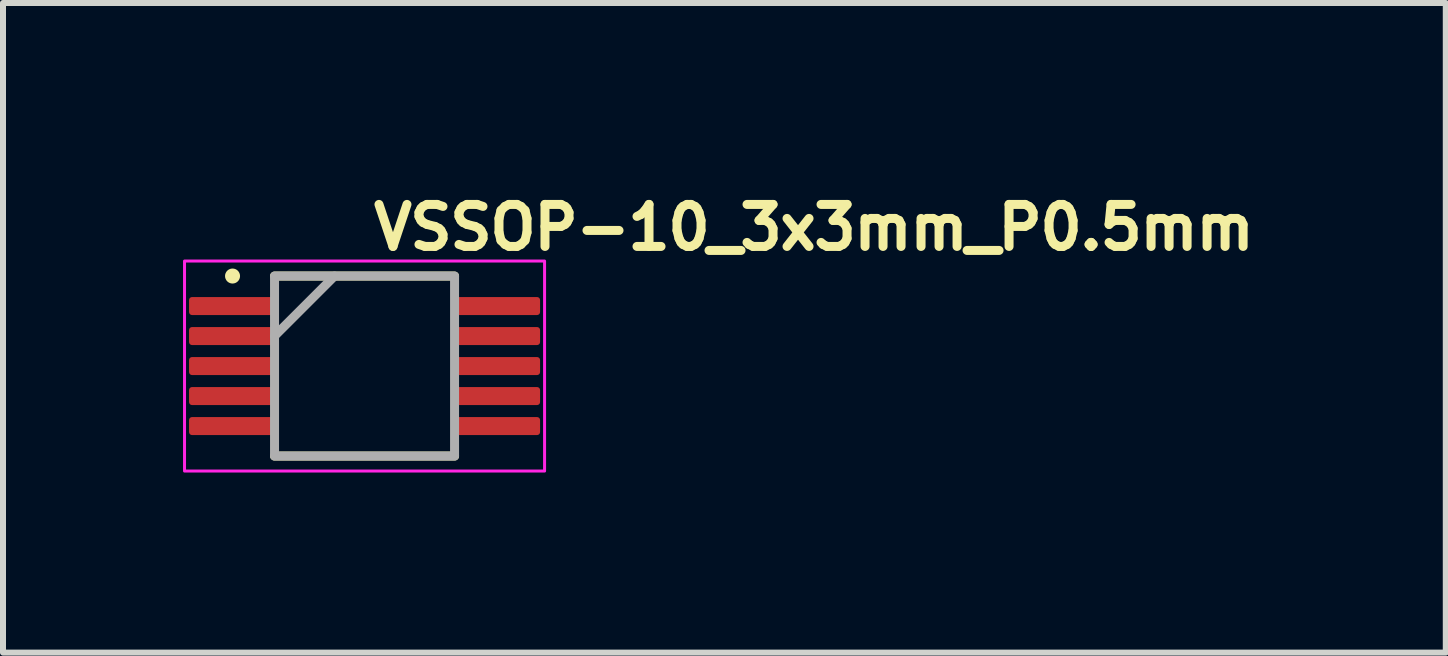
<source format=kicad_pcb>
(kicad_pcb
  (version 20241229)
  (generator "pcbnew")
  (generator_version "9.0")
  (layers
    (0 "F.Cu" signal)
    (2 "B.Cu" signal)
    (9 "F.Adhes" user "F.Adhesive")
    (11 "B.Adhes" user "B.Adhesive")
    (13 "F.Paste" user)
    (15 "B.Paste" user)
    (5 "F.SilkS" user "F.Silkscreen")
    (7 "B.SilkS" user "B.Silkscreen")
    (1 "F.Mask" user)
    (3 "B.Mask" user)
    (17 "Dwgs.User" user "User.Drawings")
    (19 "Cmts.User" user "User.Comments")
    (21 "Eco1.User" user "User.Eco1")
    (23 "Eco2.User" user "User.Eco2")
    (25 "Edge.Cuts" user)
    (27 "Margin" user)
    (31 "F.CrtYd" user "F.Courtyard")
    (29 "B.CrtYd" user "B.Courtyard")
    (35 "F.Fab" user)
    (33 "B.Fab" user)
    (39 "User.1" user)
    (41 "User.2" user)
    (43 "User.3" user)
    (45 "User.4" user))
  (footprint "VSSOP-10_3x3mm_P0.5mm"
    (layer "F.Cu")
    (at 3.025 3.05)
    (property "Reference" "VSSOP-10_3x3mm_P0.5mm" (at 0.075 -1.9 0) (layer "F.SilkS") (effects (font (size 0.7 0.7) (thickness 0.15)) (justify left bottom)))
    (attr smd)
    (fp_line (start -1.5 -1.5) (end 1.5 -1.5) (stroke (width 0.15) (type solid)) (layer "F.SilkS"))
    (fp_line (start -1.5 1.5) (end 1.5 1.5) (stroke (width 0.15) (type solid)) (layer "F.SilkS"))
    (fp_circle (center -2.2 -1.5) (end -2.15 -1.5) (stroke (width 0.15) (type solid)) (fill yes) (layer "F.SilkS"))
    (fp_rect (start -3 -1.75) (end 3 1.75) (stroke (width 0.05) (type solid)) (fill no) (layer "F.CrtYd"))
    (fp_line (start -1.5 -0.5) (end -0.5 -1.5) (stroke (width 0.15) (type solid)) (layer "F.Fab"))
    (fp_rect (start -1.5 -1.5) (end 1.5 1.5) (stroke (width 0.15) (type solid)) (fill no) (layer "F.Fab"))
    (fp_rect (start -2.45 -1.5) (end 2.45 1.5) (stroke (width 0.1) (type solid)) (fill no) (layer "User.5"))
    (fp_line (start -2.45 -0.89) (end -2.45 -1.11) (stroke (width 0.02) (type solid)) (layer "User.9"))
    (fp_line (start -2.45 -0.39) (end -2.45 -0.61) (stroke (width 0.02) (type solid)) (layer "User.9"))
    (fp_line (start -2.45 0.11) (end -2.45 -0.11) (stroke (width 0.02) (type solid)) (layer "User.9"))
    (fp_line (start -2.45 0.61) (end -2.45 0.39) (stroke (width 0.02) (type solid)) (layer "User.9"))
    (fp_line (start -2.45 1.11) (end -2.45 0.89) (stroke (width 0.02) (type solid)) (layer "User.9"))
    (fp_line (start -2.168 -1.11) (end -2.45 -1.11) (stroke (width 0.02) (type solid)) (layer "User.9"))
    (fp_line (start -2.168 -0.89) (end -2.45 -0.89) (stroke (width 0.02) (type solid)) (layer "User.9"))
    (fp_line (start -2.168 -0.61) (end -2.45 -0.61) (stroke (width 0.02) (type solid)) (layer "User.9"))
    (fp_line (start -2.168 -0.39) (end -2.45 -0.39) (stroke (width 0.02) (type solid)) (layer "User.9"))
    (fp_line (start -2.168 -0.11) (end -2.45 -0.11) (stroke (width 0.02) (type solid)) (layer "User.9"))
    (fp_line (start -2.168 0.11) (end -2.45 0.11) (stroke (width 0.02) (type solid)) (layer "User.9"))
    (fp_line (start -2.168 0.39) (end -2.45 0.39) (stroke (width 0.02) (type solid)) (layer "User.9"))
    (fp_line (start -2.168 0.61) (end -2.45 0.61) (stroke (width 0.02) (type solid)) (layer "User.9"))
    (fp_line (start -2.168 0.89) (end -2.45 0.89) (stroke (width 0.02) (type solid)) (layer "User.9"))
    (fp_line (start -2.168 1.11) (end -2.45 1.11) (stroke (width 0.02) (type solid)) (layer "User.9"))
    (fp_line (start -2.077 -1.11) (end -2.168 -1.11) (stroke (width 0.02) (type solid)) (layer "User.9"))
    (fp_line (start -2.077 -0.89) (end -2.168 -0.89) (stroke (width 0.02) (type solid)) (layer "User.9"))
    (fp_line (start -2.077 -0.61) (end -2.168 -0.61) (stroke (width 0.02) (type solid)) (layer "User.9"))
    (fp_line (start -2.077 -0.39) (end -2.168 -0.39) (stroke (width 0.02) (type solid)) (layer "User.9"))
    (fp_line (start -2.077 -0.11) (end -2.168 -0.11) (stroke (width 0.02) (type solid)) (layer "User.9"))
    (fp_line (start -2.077 0.11) (end -2.168 0.11) (stroke (width 0.02) (type solid)) (layer "User.9"))
    (fp_line (start -2.077 0.39) (end -2.168 0.39) (stroke (width 0.02) (type solid)) (layer "User.9"))
    (fp_line (start -2.077 0.61) (end -2.168 0.61) (stroke (width 0.02) (type solid)) (layer "User.9"))
    (fp_line (start -2.077 0.89) (end -2.168 0.89) (stroke (width 0.02) (type solid)) (layer "User.9"))
    (fp_line (start -2.077 1.11) (end -2.168 1.11) (stroke (width 0.02) (type solid)) (layer "User.9"))
    (fp_line (start -2.042 -1.11) (end -2.077 -1.11) (stroke (width 0.02) (type solid)) (layer "User.9"))
    (fp_line (start -2.042 -0.89) (end -2.077 -0.89) (stroke (width 0.02) (type solid)) (layer "User.9"))
    (fp_line (start -2.042 -0.61) (end -2.077 -0.61) (stroke (width 0.02) (type solid)) (layer "User.9"))
    (fp_line (start -2.042 -0.39) (end -2.077 -0.39) (stroke (width 0.02) (type solid)) (layer "User.9"))
    (fp_line (start -2.042 -0.11) (end -2.077 -0.11) (stroke (width 0.02) (type solid)) (layer "User.9"))
    (fp_line (start -2.042 0.11) (end -2.077 0.11) (stroke (width 0.02) (type solid)) (layer "User.9"))
    (fp_line (start -2.042 0.39) (end -2.077 0.39) (stroke (width 0.02) (type solid)) (layer "User.9"))
    (fp_line (start -2.042 0.61) (end -2.077 0.61) (stroke (width 0.02) (type solid)) (layer "User.9"))
    (fp_line (start -2.042 0.89) (end -2.077 0.89) (stroke (width 0.02) (type solid)) (layer "User.9"))
    (fp_line (start -2.042 1.11) (end -2.077 1.11) (stroke (width 0.02) (type solid)) (layer "User.9"))
    (fp_line (start -1.766 -1.11) (end -2.042 -1.11) (stroke (width 0.02) (type solid)) (layer "User.9"))
    (fp_line (start -1.766 -0.89) (end -2.042 -0.89) (stroke (width 0.02) (type solid)) (layer "User.9"))
    (fp_line (start -1.766 -0.61) (end -2.042 -0.61) (stroke (width 0.02) (type solid)) (layer "User.9"))
    (fp_line (start -1.766 -0.39) (end -2.042 -0.39) (stroke (width 0.02) (type solid)) (layer "User.9"))
    (fp_line (start -1.766 -0.11) (end -2.042 -0.11) (stroke (width 0.02) (type solid)) (layer "User.9"))
    (fp_line (start -1.766 0.11) (end -2.042 0.11) (stroke (width 0.02) (type solid)) (layer "User.9"))
    (fp_line (start -1.766 0.39) (end -2.042 0.39) (stroke (width 0.02) (type solid)) (layer "User.9"))
    (fp_line (start -1.766 0.61) (end -2.042 0.61) (stroke (width 0.02) (type solid)) (layer "User.9"))
    (fp_line (start -1.766 0.89) (end -2.042 0.89) (stroke (width 0.02) (type solid)) (layer "User.9"))
    (fp_line (start -1.766 1.11) (end -2.042 1.11) (stroke (width 0.02) (type solid)) (layer "User.9"))
    (fp_line (start -1.5 -1.358) (end -1.499 -1.365) (stroke (width 0.02) (type solid)) (layer "User.9"))
    (fp_line (start -1.5 -1.351) (end -1.5 -1.358) (stroke (width 0.02) (type solid)) (layer "User.9"))
    (fp_line (start -1.5 -1.351) (end -1.5 -1.35) (stroke (width 0.02) (type solid)) (layer "User.9"))
    (fp_line (start -1.5 -1.35) (end -1.5 1.35) (stroke (width 0.02) (type solid)) (layer "User.9"))
    (fp_line (start -1.5 -1.11) (end -1.766 -1.11) (stroke (width 0.02) (type solid)) (layer "User.9"))
    (fp_line (start -1.5 -0.89) (end -1.766 -0.89) (stroke (width 0.02) (type solid)) (layer "User.9"))
    (fp_line (start -1.5 -0.89) (end -1.5 -1.11) (stroke (width 0.02) (type solid)) (layer "User.9"))
    (fp_line (start -1.5 -0.61) (end -1.766 -0.61) (stroke (width 0.02) (type solid)) (layer "User.9"))
    (fp_line (start -1.5 -0.39) (end -1.766 -0.39) (stroke (width 0.02) (type solid)) (layer "User.9"))
    (fp_line (start -1.5 -0.39) (end -1.5 -0.61) (stroke (width 0.02) (type solid)) (layer "User.9"))
    (fp_line (start -1.5 -0.11) (end -1.766 -0.11) (stroke (width 0.02) (type solid)) (layer "User.9"))
    (fp_line (start -1.5 0.11) (end -1.766 0.11) (stroke (width 0.02) (type solid)) (layer "User.9"))
    (fp_line (start -1.5 0.11) (end -1.5 -0.11) (stroke (width 0.02) (type solid)) (layer "User.9"))
    (fp_line (start -1.5 0.39) (end -1.766 0.39) (stroke (width 0.02) (type solid)) (layer "User.9"))
    (fp_line (start -1.5 0.61) (end -1.766 0.61) (stroke (width 0.02) (type solid)) (layer "User.9"))
    (fp_line (start -1.5 0.61) (end -1.5 0.39) (stroke (width 0.02) (type solid)) (layer "User.9"))
    (fp_line (start -1.5 0.89) (end -1.766 0.89) (stroke (width 0.02) (type solid)) (layer "User.9"))
    (fp_line (start -1.5 1.11) (end -1.766 1.11) (stroke (width 0.02) (type solid)) (layer "User.9"))
    (fp_line (start -1.5 1.11) (end -1.5 0.89) (stroke (width 0.02) (type solid)) (layer "User.9"))
    (fp_line (start -1.5 1.35) (end -1.5 1.351) (stroke (width 0.02) (type solid)) (layer "User.9"))
    (fp_line (start -1.5 1.358) (end -1.5 1.351) (stroke (width 0.02) (type solid)) (layer "User.9"))
    (fp_line (start -1.499 -1.372) (end -1.497 -1.379) (stroke (width 0.02) (type solid)) (layer "User.9"))
    (fp_line (start -1.499 -1.365) (end -1.499 -1.372) (stroke (width 0.02) (type solid)) (layer "User.9"))
    (fp_line (start -1.499 1.365) (end -1.5 1.358) (stroke (width 0.02) (type solid)) (layer "User.9"))
    (fp_line (start -1.499 1.372) (end -1.499 1.365) (stroke (width 0.02) (type solid)) (layer "User.9"))
    (fp_line (start -1.497 -1.379) (end -1.496 -1.385) (stroke (width 0.02) (type solid)) (layer "User.9"))
    (fp_line (start -1.497 1.379) (end -1.499 1.372) (stroke (width 0.02) (type solid)) (layer "User.9"))
    (fp_line (start -1.496 -1.385) (end -1.494 -1.392) (stroke (width 0.02) (type solid)) (layer "User.9"))
    (fp_line (start -1.496 1.385) (end -1.497 1.379) (stroke (width 0.02) (type solid)) (layer "User.9"))
    (fp_line (start -1.494 -1.392) (end -1.492 -1.399) (stroke (width 0.02) (type solid)) (layer "User.9"))
    (fp_line (start -1.494 1.392) (end -1.496 1.385) (stroke (width 0.02) (type solid)) (layer "User.9"))
    (fp_line (start -1.492 -1.399) (end -1.489 -1.406) (stroke (width 0.02) (type solid)) (layer "User.9"))
    (fp_line (start -1.492 1.399) (end -1.494 1.392) (stroke (width 0.02) (type solid)) (layer "User.9"))
    (fp_line (start -1.489 -1.406) (end -1.486 -1.412) (stroke (width 0.02) (type solid)) (layer "User.9"))
    (fp_line (start -1.489 1.406) (end -1.492 1.399) (stroke (width 0.02) (type solid)) (layer "User.9"))
    (fp_line (start -1.486 -1.412) (end -1.483 -1.419) (stroke (width 0.02) (type solid)) (layer "User.9"))
    (fp_line (start -1.486 1.412) (end -1.489 1.406) (stroke (width 0.02) (type solid)) (layer "User.9"))
    (fp_line (start -1.483 -1.419) (end -1.479 -1.425) (stroke (width 0.02) (type solid)) (layer "User.9"))
    (fp_line (start -1.483 1.419) (end -1.486 1.412) (stroke (width 0.02) (type solid)) (layer "User.9"))
    (fp_line (start -1.479 -1.425) (end -1.475 -1.431) (stroke (width 0.02) (type solid)) (layer "User.9"))
    (fp_line (start -1.479 1.425) (end -1.483 1.419) (stroke (width 0.02) (type solid)) (layer "User.9"))
    (fp_line (start -1.475 -1.431) (end -1.471 -1.438) (stroke (width 0.02) (type solid)) (layer "User.9"))
    (fp_line (start -1.475 1.431) (end -1.479 1.425) (stroke (width 0.02) (type solid)) (layer "User.9"))
    (fp_line (start -1.471 -1.438) (end -1.466 -1.444) (stroke (width 0.02) (type solid)) (layer "User.9"))
    (fp_line (start -1.471 1.438) (end -1.475 1.431) (stroke (width 0.02) (type solid)) (layer "User.9"))
    (fp_line (start -1.466 -1.444) (end -1.461 -1.45) (stroke (width 0.02) (type solid)) (layer "User.9"))
    (fp_line (start -1.466 1.444) (end -1.471 1.438) (stroke (width 0.02) (type solid)) (layer "User.9"))
    (fp_line (start -1.461 -1.45) (end -1.456 -1.456) (stroke (width 0.02) (type solid)) (layer "User.9"))
    (fp_line (start -1.461 1.45) (end -1.466 1.444) (stroke (width 0.02) (type solid)) (layer "User.9"))
    (fp_line (start -1.456 -1.456) (end -1.456 -1.456) (stroke (width 0.02) (type solid)) (layer "User.9"))
    (fp_line (start -1.456 -1.456) (end -1.45 -1.461) (stroke (width 0.02) (type solid)) (layer "User.9"))
    (fp_line (start -1.456 1.456) (end -1.461 1.45) (stroke (width 0.02) (type solid)) (layer "User.9"))
    (fp_line (start -1.456 1.456) (end -1.456 1.456) (stroke (width 0.02) (type solid)) (layer "User.9"))
    (fp_line (start -1.45 -1.461) (end -1.444 -1.466) (stroke (width 0.02) (type solid)) (layer "User.9"))
    (fp_line (start -1.45 1.461) (end -1.456 1.456) (stroke (width 0.02) (type solid)) (layer "User.9"))
    (fp_line (start -1.444 -1.466) (end -1.438 -1.471) (stroke (width 0.02) (type solid)) (layer "User.9"))
    (fp_line (start -1.444 1.466) (end -1.45 1.461) (stroke (width 0.02) (type solid)) (layer "User.9"))
    (fp_line (start -1.438 -1.471) (end -1.431 -1.475) (stroke (width 0.02) (type solid)) (layer "User.9"))
    (fp_line (start -1.438 1.471) (end -1.444 1.466) (stroke (width 0.02) (type solid)) (layer "User.9"))
    (fp_line (start -1.431 -1.475) (end -1.425 -1.479) (stroke (width 0.02) (type solid)) (layer "User.9"))
    (fp_line (start -1.431 1.475) (end -1.438 1.471) (stroke (width 0.02) (type solid)) (layer "User.9"))
    (fp_line (start -1.425 -1.479) (end -1.419 -1.483) (stroke (width 0.02) (type solid)) (layer "User.9"))
    (fp_line (start -1.425 1.479) (end -1.431 1.475) (stroke (width 0.02) (type solid)) (layer "User.9"))
    (fp_line (start -1.419 -1.483) (end -1.412 -1.486) (stroke (width 0.02) (type solid)) (layer "User.9"))
    (fp_line (start -1.419 1.483) (end -1.425 1.479) (stroke (width 0.02) (type solid)) (layer "User.9"))
    (fp_line (start -1.412 -1.486) (end -1.406 -1.489) (stroke (width 0.02) (type solid)) (layer "User.9"))
    (fp_line (start -1.412 1.486) (end -1.419 1.483) (stroke (width 0.02) (type solid)) (layer "User.9"))
    (fp_line (start -1.406 -1.489) (end -1.399 -1.492) (stroke (width 0.02) (type solid)) (layer "User.9"))
    (fp_line (start -1.406 1.489) (end -1.412 1.486) (stroke (width 0.02) (type solid)) (layer "User.9"))
    (fp_line (start -1.399 -1.492) (end -1.392 -1.494) (stroke (width 0.02) (type solid)) (layer "User.9"))
    (fp_line (start -1.399 1.492) (end -1.406 1.489) (stroke (width 0.02) (type solid)) (layer "User.9"))
    (fp_line (start -1.392 -1.494) (end -1.385 -1.496) (stroke (width 0.02) (type solid)) (layer "User.9"))
    (fp_line (start -1.392 1.494) (end -1.399 1.492) (stroke (width 0.02) (type solid)) (layer "User.9"))
    (fp_line (start -1.385 -1.496) (end -1.379 -1.497) (stroke (width 0.02) (type solid)) (layer "User.9"))
    (fp_line (start -1.385 1.496) (end -1.392 1.494) (stroke (width 0.02) (type solid)) (layer "User.9"))
    (fp_line (start -1.379 -1.497) (end -1.372 -1.499) (stroke (width 0.02) (type solid)) (layer "User.9"))
    (fp_line (start -1.379 1.497) (end -1.385 1.496) (stroke (width 0.02) (type solid)) (layer "User.9"))
    (fp_line (start -1.372 -1.499) (end -1.365 -1.499) (stroke (width 0.02) (type solid)) (layer "User.9"))
    (fp_line (start -1.372 1.499) (end -1.379 1.497) (stroke (width 0.02) (type solid)) (layer "User.9"))
    (fp_line (start -1.365 -1.499) (end -1.358 -1.5) (stroke (width 0.02) (type solid)) (layer "User.9"))
    (fp_line (start -1.365 1.499) (end -1.372 1.499) (stroke (width 0.02) (type solid)) (layer "User.9"))
    (fp_line (start -1.358 -1.5) (end -1.351 -1.5) (stroke (width 0.02) (type solid)) (layer "User.9"))
    (fp_line (start -1.358 1.5) (end -1.365 1.499) (stroke (width 0.02) (type solid)) (layer "User.9"))
    (fp_line (start -1.351 1.5) (end -1.358 1.5) (stroke (width 0.02) (type solid)) (layer "User.9"))
    (fp_line (start -1.351 1.5) (end -1.35 1.5) (stroke (width 0.02) (type solid)) (layer "User.9"))
    (fp_line (start -1.35 -1.5) (end -1.351 -1.5) (stroke (width 0.02) (type solid)) (layer "User.9"))
    (fp_line (start -1.35 1.5) (end 1.35 1.5) (stroke (width 0.02) (type solid)) (layer "User.9"))
    (fp_line (start -1.125 -1.008) (end -1.125 -1.004) (stroke (width 0.02) (type solid)) (layer "User.9"))
    (fp_line (start -1.125 -1.008) (end -1.125 -1.004) (stroke (width 0.02) (type solid)) (layer "User.9"))
    (fp_line (start -1.125 -1.004) (end -1.125 -1) (stroke (width 0.02) (type solid)) (layer "User.9"))
    (fp_line (start -1.125 -1.004) (end -1.125 -1) (stroke (width 0.02) (type solid)) (layer "User.9"))
    (fp_line (start -1.125 -1) (end -1.125 -0.992) (stroke (width 0.02) (type solid)) (layer "User.9"))
    (fp_line (start -1.125 -1) (end -1.125 -0.992) (stroke (width 0.02) (type solid)) (layer "User.9"))
    (fp_line (start -1.125 -0.992) (end -1.124 -0.983) (stroke (width 0.02) (type solid)) (layer "User.9"))
    (fp_line (start -1.125 -0.992) (end -1.124 -0.983) (stroke (width 0.02) (type solid)) (layer "User.9"))
    (fp_line (start -1.124 -1.017) (end -1.124 -1.012) (stroke (width 0.02) (type solid)) (layer "User.9"))
    (fp_line (start -1.124 -1.017) (end -1.124 -1.012) (stroke (width 0.02) (type solid)) (layer "User.9"))
    (fp_line (start -1.124 -1.012) (end -1.125 -1.008) (stroke (width 0.02) (type solid)) (layer "User.9"))
    (fp_line (start -1.124 -1.012) (end -1.125 -1.008) (stroke (width 0.02) (type solid)) (layer "User.9"))
    (fp_line (start -1.124 -0.983) (end -1.123 -0.975) (stroke (width 0.02) (type solid)) (layer "User.9"))
    (fp_line (start -1.124 -0.983) (end -1.123 -0.975) (stroke (width 0.02) (type solid)) (layer "User.9"))
    (fp_line (start -1.123 -1.025) (end -1.123 -1.021) (stroke (width 0.02) (type solid)) (layer "User.9"))
    (fp_line (start -1.123 -1.025) (end -1.123 -1.021) (stroke (width 0.02) (type solid)) (layer "User.9"))
    (fp_line (start -1.123 -1.021) (end -1.124 -1.017) (stroke (width 0.02) (type solid)) (layer "User.9"))
    (fp_line (start -1.123 -1.021) (end -1.124 -1.017) (stroke (width 0.02) (type solid)) (layer "User.9"))
    (fp_line (start -1.123 -0.975) (end -1.121 -0.967) (stroke (width 0.02) (type solid)) (layer "User.9"))
    (fp_line (start -1.123 -0.975) (end -1.121 -0.967) (stroke (width 0.02) (type solid)) (layer "User.9"))
    (fp_line (start -1.122 -1.029) (end -1.123 -1.025) (stroke (width 0.02) (type solid)) (layer "User.9"))
    (fp_line (start -1.122 -1.029) (end -1.123 -1.025) (stroke (width 0.02) (type solid)) (layer "User.9"))
    (fp_line (start -1.121 -1.033) (end -1.122 -1.029) (stroke (width 0.02) (type solid)) (layer "User.9"))
    (fp_line (start -1.121 -1.033) (end -1.122 -1.029) (stroke (width 0.02) (type solid)) (layer "User.9"))
    (fp_line (start -1.121 -0.967) (end -1.118 -0.96) (stroke (width 0.02) (type solid)) (layer "User.9"))
    (fp_line (start -1.121 -0.967) (end -1.118 -0.96) (stroke (width 0.02) (type solid)) (layer "User.9"))
    (fp_line (start -1.12 -1.037) (end -1.121 -1.033) (stroke (width 0.02) (type solid)) (layer "User.9"))
    (fp_line (start -1.12 -1.037) (end -1.121 -1.033) (stroke (width 0.02) (type solid)) (layer "User.9"))
    (fp_line (start -1.118 -1.04) (end -1.12 -1.037) (stroke (width 0.02) (type solid)) (layer "User.9"))
    (fp_line (start -1.118 -1.04) (end -1.12 -1.037) (stroke (width 0.02) (type solid)) (layer "User.9"))
    (fp_line (start -1.118 -0.96) (end -1.115 -0.952) (stroke (width 0.02) (type solid)) (layer "User.9"))
    (fp_line (start -1.118 -0.96) (end -1.115 -0.952) (stroke (width 0.02) (type solid)) (layer "User.9"))
    (fp_line (start -1.117 -1.044) (end -1.118 -1.04) (stroke (width 0.02) (type solid)) (layer "User.9"))
    (fp_line (start -1.117 -1.044) (end -1.118 -1.04) (stroke (width 0.02) (type solid)) (layer "User.9"))
    (fp_line (start -1.115 -1.048) (end -1.117 -1.044) (stroke (width 0.02) (type solid)) (layer "User.9"))
    (fp_line (start -1.115 -1.048) (end -1.117 -1.044) (stroke (width 0.02) (type solid)) (layer "User.9"))
    (fp_line (start -1.115 -0.952) (end -1.112 -0.945) (stroke (width 0.02) (type solid)) (layer "User.9"))
    (fp_line (start -1.115 -0.952) (end -1.112 -0.945) (stroke (width 0.02) (type solid)) (layer "User.9"))
    (fp_line (start -1.114 -1.052) (end -1.115 -1.048) (stroke (width 0.02) (type solid)) (layer "User.9"))
    (fp_line (start -1.114 -1.052) (end -1.115 -1.048) (stroke (width 0.02) (type solid)) (layer "User.9"))
    (fp_line (start -1.112 -1.055) (end -1.114 -1.052) (stroke (width 0.02) (type solid)) (layer "User.9"))
    (fp_line (start -1.112 -1.055) (end -1.114 -1.052) (stroke (width 0.02) (type solid)) (layer "User.9"))
    (fp_line (start -1.112 -0.945) (end -1.108 -0.938) (stroke (width 0.02) (type solid)) (layer "User.9"))
    (fp_line (start -1.112 -0.945) (end -1.108 -0.938) (stroke (width 0.02) (type solid)) (layer "User.9"))
    (fp_line (start -1.11 -1.059) (end -1.112 -1.055) (stroke (width 0.02) (type solid)) (layer "User.9"))
    (fp_line (start -1.11 -1.059) (end -1.112 -1.055) (stroke (width 0.02) (type solid)) (layer "User.9"))
    (fp_line (start -1.108 -1.062) (end -1.11 -1.059) (stroke (width 0.02) (type solid)) (layer "User.9"))
    (fp_line (start -1.108 -1.062) (end -1.11 -1.059) (stroke (width 0.02) (type solid)) (layer "User.9"))
    (fp_line (start -1.108 -0.938) (end -1.104 -0.931) (stroke (width 0.02) (type solid)) (layer "User.9"))
    (fp_line (start -1.108 -0.938) (end -1.104 -0.931) (stroke (width 0.02) (type solid)) (layer "User.9"))
    (fp_line (start -1.106 -1.066) (end -1.108 -1.062) (stroke (width 0.02) (type solid)) (layer "User.9"))
    (fp_line (start -1.106 -1.066) (end -1.108 -1.062) (stroke (width 0.02) (type solid)) (layer "User.9"))
    (fp_line (start -1.104 -1.069) (end -1.106 -1.066) (stroke (width 0.02) (type solid)) (layer "User.9"))
    (fp_line (start -1.104 -1.069) (end -1.106 -1.066) (stroke (width 0.02) (type solid)) (layer "User.9"))
    (fp_line (start -1.104 -0.931) (end -1.099 -0.924) (stroke (width 0.02) (type solid)) (layer "User.9"))
    (fp_line (start -1.104 -0.931) (end -1.099 -0.924) (stroke (width 0.02) (type solid)) (layer "User.9"))
    (fp_line (start -1.102 -1.073) (end -1.104 -1.069) (stroke (width 0.02) (type solid)) (layer "User.9"))
    (fp_line (start -1.102 -1.073) (end -1.104 -1.069) (stroke (width 0.02) (type solid)) (layer "User.9"))
    (fp_line (start -1.099 -1.076) (end -1.102 -1.073) (stroke (width 0.02) (type solid)) (layer "User.9"))
    (fp_line (start -1.099 -1.076) (end -1.102 -1.073) (stroke (width 0.02) (type solid)) (layer "User.9"))
    (fp_line (start -1.099 -0.924) (end -1.094 -0.918) (stroke (width 0.02) (type solid)) (layer "User.9"))
    (fp_line (start -1.099 -0.924) (end -1.094 -0.918) (stroke (width 0.02) (type solid)) (layer "User.9"))
    (fp_line (start -1.097 -1.079) (end -1.099 -1.076) (stroke (width 0.02) (type solid)) (layer "User.9"))
    (fp_line (start -1.097 -1.079) (end -1.099 -1.076) (stroke (width 0.02) (type solid)) (layer "User.9"))
    (fp_line (start -1.094 -1.082) (end -1.097 -1.079) (stroke (width 0.02) (type solid)) (layer "User.9"))
    (fp_line (start -1.094 -1.082) (end -1.097 -1.079) (stroke (width 0.02) (type solid)) (layer "User.9"))
    (fp_line (start -1.094 -0.918) (end -1.089 -0.912) (stroke (width 0.02) (type solid)) (layer "User.9"))
    (fp_line (start -1.094 -0.918) (end -1.089 -0.912) (stroke (width 0.02) (type solid)) (layer "User.9"))
    (fp_line (start -1.091 -1.085) (end -1.094 -1.082) (stroke (width 0.02) (type solid)) (layer "User.9"))
    (fp_line (start -1.091 -1.085) (end -1.094 -1.082) (stroke (width 0.02) (type solid)) (layer "User.9"))
    (fp_line (start -1.089 -1.088) (end -1.091 -1.085) (stroke (width 0.02) (type solid)) (layer "User.9"))
    (fp_line (start -1.089 -1.088) (end -1.091 -1.085) (stroke (width 0.02) (type solid)) (layer "User.9"))
    (fp_line (start -1.089 -0.912) (end -1.083 -0.906) (stroke (width 0.02) (type solid)) (layer "User.9"))
    (fp_line (start -1.089 -0.912) (end -1.083 -0.906) (stroke (width 0.02) (type solid)) (layer "User.9"))
    (fp_line (start -1.086 -1.091) (end -1.089 -1.088) (stroke (width 0.02) (type solid)) (layer "User.9"))
    (fp_line (start -1.086 -1.091) (end -1.089 -1.088) (stroke (width 0.02) (type solid)) (layer "User.9"))
    (fp_line (start -1.083 -1.094) (end -1.086 -1.091) (stroke (width 0.02) (type solid)) (layer "User.9"))
    (fp_line (start -1.083 -1.094) (end -1.086 -1.091) (stroke (width 0.02) (type solid)) (layer "User.9"))
    (fp_line (start -1.083 -0.906) (end -1.076 -0.901) (stroke (width 0.02) (type solid)) (layer "User.9"))
    (fp_line (start -1.083 -0.906) (end -1.076 -0.901) (stroke (width 0.02) (type solid)) (layer "User.9"))
    (fp_line (start -1.08 -1.096) (end -1.083 -1.094) (stroke (width 0.02) (type solid)) (layer "User.9"))
    (fp_line (start -1.08 -1.096) (end -1.083 -1.094) (stroke (width 0.02) (type solid)) (layer "User.9"))
    (fp_line (start -1.076 -1.099) (end -1.08 -1.096) (stroke (width 0.02) (type solid)) (layer "User.9"))
    (fp_line (start -1.076 -1.099) (end -1.08 -1.096) (stroke (width 0.02) (type solid)) (layer "User.9"))
    (fp_line (start -1.076 -0.901) (end -1.07 -0.896) (stroke (width 0.02) (type solid)) (layer "User.9"))
    (fp_line (start -1.076 -0.901) (end -1.07 -0.896) (stroke (width 0.02) (type solid)) (layer "User.9"))
    (fp_line (start -1.073 -1.101) (end -1.076 -1.099) (stroke (width 0.02) (type solid)) (layer "User.9"))
    (fp_line (start -1.073 -1.101) (end -1.076 -1.099) (stroke (width 0.02) (type solid)) (layer "User.9"))
    (fp_line (start -1.07 -1.104) (end -1.073 -1.101) (stroke (width 0.02) (type solid)) (layer "User.9"))
    (fp_line (start -1.07 -1.104) (end -1.073 -1.101) (stroke (width 0.02) (type solid)) (layer "User.9"))
    (fp_line (start -1.07 -0.896) (end -1.062 -0.892) (stroke (width 0.02) (type solid)) (layer "User.9"))
    (fp_line (start -1.07 -0.896) (end -1.062 -0.892) (stroke (width 0.02) (type solid)) (layer "User.9"))
    (fp_line (start -1.066 -1.106) (end -1.07 -1.104) (stroke (width 0.02) (type solid)) (layer "User.9"))
    (fp_line (start -1.066 -1.106) (end -1.07 -1.104) (stroke (width 0.02) (type solid)) (layer "User.9"))
    (fp_line (start -1.062 -1.108) (end -1.066 -1.106) (stroke (width 0.02) (type solid)) (layer "User.9"))
    (fp_line (start -1.062 -1.108) (end -1.066 -1.106) (stroke (width 0.02) (type solid)) (layer "User.9"))
    (fp_line (start -1.062 -1.108) (end -1.062 -1.108) (stroke (width 0.02) (type solid)) (layer "User.9"))
    (fp_line (start -1.062 -1.108) (end -1.062 -1.108) (stroke (width 0.02) (type solid)) (layer "User.9"))
    (fp_line (start -1.062 -0.892) (end -1.062 -0.892) (stroke (width 0.02) (type solid)) (layer "User.9"))
    (fp_line (start -1.062 -0.892) (end -1.062 -0.892) (stroke (width 0.02) (type solid)) (layer "User.9"))
    (fp_line (start -1.062 -0.892) (end -1.055 -0.888) (stroke (width 0.02) (type solid)) (layer "User.9"))
    (fp_line (start -1.062 -0.892) (end -1.055 -0.888) (stroke (width 0.02) (type solid)) (layer "User.9"))
    (fp_line (start -1.055 -1.112) (end -1.062 -1.108) (stroke (width 0.02) (type solid)) (layer "User.9"))
    (fp_line (start -1.055 -1.112) (end -1.062 -1.108) (stroke (width 0.02) (type solid)) (layer "User.9"))
    (fp_line (start -1.055 -0.888) (end -1.048 -0.884) (stroke (width 0.02) (type solid)) (layer "User.9"))
    (fp_line (start -1.055 -0.888) (end -1.048 -0.884) (stroke (width 0.02) (type solid)) (layer "User.9"))
    (fp_line (start -1.048 -1.116) (end -1.055 -1.112) (stroke (width 0.02) (type solid)) (layer "User.9"))
    (fp_line (start -1.048 -1.116) (end -1.055 -1.112) (stroke (width 0.02) (type solid)) (layer "User.9"))
    (fp_line (start -1.048 -0.884) (end -1.04 -0.882) (stroke (width 0.02) (type solid)) (layer "User.9"))
    (fp_line (start -1.048 -0.884) (end -1.04 -0.882) (stroke (width 0.02) (type solid)) (layer "User.9"))
    (fp_line (start -1.04 -1.118) (end -1.048 -1.116) (stroke (width 0.02) (type solid)) (layer "User.9"))
    (fp_line (start -1.04 -1.118) (end -1.048 -1.116) (stroke (width 0.02) (type solid)) (layer "User.9"))
    (fp_line (start -1.04 -0.882) (end -1.032 -0.879) (stroke (width 0.02) (type solid)) (layer "User.9"))
    (fp_line (start -1.04 -0.882) (end -1.032 -0.879) (stroke (width 0.02) (type solid)) (layer "User.9"))
    (fp_line (start -1.032 -1.121) (end -1.04 -1.118) (stroke (width 0.02) (type solid)) (layer "User.9"))
    (fp_line (start -1.032 -1.121) (end -1.04 -1.118) (stroke (width 0.02) (type solid)) (layer "User.9"))
    (fp_line (start -1.032 -0.879) (end -1.024 -0.877) (stroke (width 0.02) (type solid)) (layer "User.9"))
    (fp_line (start -1.032 -0.879) (end -1.024 -0.877) (stroke (width 0.02) (type solid)) (layer "User.9"))
    (fp_line (start -1.024 -1.123) (end -1.032 -1.121) (stroke (width 0.02) (type solid)) (layer "User.9"))
    (fp_line (start -1.024 -1.123) (end -1.032 -1.121) (stroke (width 0.02) (type solid)) (layer "User.9"))
    (fp_line (start -1.024 -0.877) (end -1.016 -0.876) (stroke (width 0.02) (type solid)) (layer "User.9"))
    (fp_line (start -1.024 -0.877) (end -1.016 -0.876) (stroke (width 0.02) (type solid)) (layer "User.9"))
    (fp_line (start -1.016 -1.124) (end -1.024 -1.123) (stroke (width 0.02) (type solid)) (layer "User.9"))
    (fp_line (start -1.016 -1.124) (end -1.024 -1.123) (stroke (width 0.02) (type solid)) (layer "User.9"))
    (fp_line (start -1.016 -0.876) (end -1.008 -0.875) (stroke (width 0.02) (type solid)) (layer "User.9"))
    (fp_line (start -1.016 -0.876) (end -1.008 -0.875) (stroke (width 0.02) (type solid)) (layer "User.9"))
    (fp_line (start -1.008 -1.125) (end -1.016 -1.124) (stroke (width 0.02) (type solid)) (layer "User.9"))
    (fp_line (start -1.008 -1.125) (end -1.016 -1.124) (stroke (width 0.02) (type solid)) (layer "User.9"))
    (fp_line (start -1.008 -0.875) (end -1 -0.875) (stroke (width 0.02) (type solid)) (layer "User.9"))
    (fp_line (start -1.008 -0.875) (end -1 -0.875) (stroke (width 0.02) (type solid)) (layer "User.9"))
    (fp_line (start -1 -1.125) (end -1.008 -1.125) (stroke (width 0.02) (type solid)) (layer "User.9"))
    (fp_line (start -1 -1.125) (end -1.008 -1.125) (stroke (width 0.02) (type solid)) (layer "User.9"))
    (fp_line (start -1 -0.875) (end -0.992 -0.875) (stroke (width 0.02) (type solid)) (layer "User.9"))
    (fp_line (start -1 -0.875) (end -0.992 -0.875) (stroke (width 0.02) (type solid)) (layer "User.9"))
    (fp_line (start -0.992 -1.125) (end -1 -1.125) (stroke (width 0.02) (type solid)) (layer "User.9"))
    (fp_line (start -0.992 -1.125) (end -1 -1.125) (stroke (width 0.02) (type solid)) (layer "User.9"))
    (fp_line (start -0.992 -0.875) (end -0.984 -0.876) (stroke (width 0.02) (type solid)) (layer "User.9"))
    (fp_line (start -0.992 -0.875) (end -0.984 -0.876) (stroke (width 0.02) (type solid)) (layer "User.9"))
    (fp_line (start -0.984 -1.124) (end -0.992 -1.125) (stroke (width 0.02) (type solid)) (layer "User.9"))
    (fp_line (start -0.984 -1.124) (end -0.992 -1.125) (stroke (width 0.02) (type solid)) (layer "User.9"))
    (fp_line (start -0.984 -0.876) (end -0.976 -0.877) (stroke (width 0.02) (type solid)) (layer "User.9"))
    (fp_line (start -0.984 -0.876) (end -0.976 -0.877) (stroke (width 0.02) (type solid)) (layer "User.9"))
    (fp_line (start -0.976 -1.123) (end -0.984 -1.124) (stroke (width 0.02) (type solid)) (layer "User.9"))
    (fp_line (start -0.976 -1.123) (end -0.984 -1.124) (stroke (width 0.02) (type solid)) (layer "User.9"))
    (fp_line (start -0.976 -0.877) (end -0.968 -0.879) (stroke (width 0.02) (type solid)) (layer "User.9"))
    (fp_line (start -0.976 -0.877) (end -0.968 -0.879) (stroke (width 0.02) (type solid)) (layer "User.9"))
    (fp_line (start -0.968 -1.121) (end -0.976 -1.123) (stroke (width 0.02) (type solid)) (layer "User.9"))
    (fp_line (start -0.968 -1.121) (end -0.976 -1.123) (stroke (width 0.02) (type solid)) (layer "User.9"))
    (fp_line (start -0.968 -0.879) (end -0.96 -0.882) (stroke (width 0.02) (type solid)) (layer "User.9"))
    (fp_line (start -0.968 -0.879) (end -0.96 -0.882) (stroke (width 0.02) (type solid)) (layer "User.9"))
    (fp_line (start -0.96 -1.118) (end -0.968 -1.121) (stroke (width 0.02) (type solid)) (layer "User.9"))
    (fp_line (start -0.96 -1.118) (end -0.968 -1.121) (stroke (width 0.02) (type solid)) (layer "User.9"))
    (fp_line (start -0.96 -0.882) (end -0.952 -0.884) (stroke (width 0.02) (type solid)) (layer "User.9"))
    (fp_line (start -0.96 -0.882) (end -0.952 -0.884) (stroke (width 0.02) (type solid)) (layer "User.9"))
    (fp_line (start -0.952 -1.116) (end -0.96 -1.118) (stroke (width 0.02) (type solid)) (layer "User.9"))
    (fp_line (start -0.952 -1.116) (end -0.96 -1.118) (stroke (width 0.02) (type solid)) (layer "User.9"))
    (fp_line (start -0.952 -0.884) (end -0.945 -0.888) (stroke (width 0.02) (type solid)) (layer "User.9"))
    (fp_line (start -0.952 -0.884) (end -0.945 -0.888) (stroke (width 0.02) (type solid)) (layer "User.9"))
    (fp_line (start -0.945 -1.112) (end -0.952 -1.116) (stroke (width 0.02) (type solid)) (layer "User.9"))
    (fp_line (start -0.945 -1.112) (end -0.952 -1.116) (stroke (width 0.02) (type solid)) (layer "User.9"))
    (fp_line (start -0.945 -0.888) (end -0.938 -0.892) (stroke (width 0.02) (type solid)) (layer "User.9"))
    (fp_line (start -0.945 -0.888) (end -0.938 -0.892) (stroke (width 0.02) (type solid)) (layer "User.9"))
    (fp_line (start -0.938 -1.108) (end -0.945 -1.112) (stroke (width 0.02) (type solid)) (layer "User.9"))
    (fp_line (start -0.938 -1.108) (end -0.945 -1.112) (stroke (width 0.02) (type solid)) (layer "User.9"))
    (fp_line (start -0.938 -1.108) (end -0.938 -1.108) (stroke (width 0.02) (type solid)) (layer "User.9"))
    (fp_line (start -0.938 -1.108) (end -0.938 -1.108) (stroke (width 0.02) (type solid)) (layer "User.9"))
    (fp_line (start -0.938 -0.892) (end -0.938 -0.892) (stroke (width 0.02) (type solid)) (layer "User.9"))
    (fp_line (start -0.938 -0.892) (end -0.938 -0.892) (stroke (width 0.02) (type solid)) (layer "User.9"))
    (fp_line (start -0.938 -0.892) (end -0.934 -0.894) (stroke (width 0.02) (type solid)) (layer "User.9"))
    (fp_line (start -0.938 -0.892) (end -0.934 -0.894) (stroke (width 0.02) (type solid)) (layer "User.9"))
    (fp_line (start -0.934 -0.894) (end -0.93 -0.896) (stroke (width 0.02) (type solid)) (layer "User.9"))
    (fp_line (start -0.934 -0.894) (end -0.93 -0.896) (stroke (width 0.02) (type solid)) (layer "User.9"))
    (fp_line (start -0.93 -1.104) (end -0.938 -1.108) (stroke (width 0.02) (type solid)) (layer "User.9"))
    (fp_line (start -0.93 -1.104) (end -0.938 -1.108) (stroke (width 0.02) (type solid)) (layer "User.9"))
    (fp_line (start -0.93 -0.896) (end -0.927 -0.899) (stroke (width 0.02) (type solid)) (layer "User.9"))
    (fp_line (start -0.93 -0.896) (end -0.927 -0.899) (stroke (width 0.02) (type solid)) (layer "User.9"))
    (fp_line (start -0.927 -0.899) (end -0.924 -0.901) (stroke (width 0.02) (type solid)) (layer "User.9"))
    (fp_line (start -0.927 -0.899) (end -0.924 -0.901) (stroke (width 0.02) (type solid)) (layer "User.9"))
    (fp_line (start -0.924 -1.099) (end -0.93 -1.104) (stroke (width 0.02) (type solid)) (layer "User.9"))
    (fp_line (start -0.924 -1.099) (end -0.93 -1.104) (stroke (width 0.02) (type solid)) (layer "User.9"))
    (fp_line (start -0.924 -0.901) (end -0.92 -0.904) (stroke (width 0.02) (type solid)) (layer "User.9"))
    (fp_line (start -0.924 -0.901) (end -0.92 -0.904) (stroke (width 0.02) (type solid)) (layer "User.9"))
    (fp_line (start -0.92 -0.904) (end -0.917 -0.906) (stroke (width 0.02) (type solid)) (layer "User.9"))
    (fp_line (start -0.92 -0.904) (end -0.917 -0.906) (stroke (width 0.02) (type solid)) (layer "User.9"))
    (fp_line (start -0.917 -1.094) (end -0.924 -1.099) (stroke (width 0.02) (type solid)) (layer "User.9"))
    (fp_line (start -0.917 -1.094) (end -0.924 -1.099) (stroke (width 0.02) (type solid)) (layer "User.9"))
    (fp_line (start -0.917 -0.906) (end -0.914 -0.909) (stroke (width 0.02) (type solid)) (layer "User.9"))
    (fp_line (start -0.917 -0.906) (end -0.914 -0.909) (stroke (width 0.02) (type solid)) (layer "User.9"))
    (fp_line (start -0.914 -0.909) (end -0.911 -0.912) (stroke (width 0.02) (type solid)) (layer "User.9"))
    (fp_line (start -0.914 -0.909) (end -0.911 -0.912) (stroke (width 0.02) (type solid)) (layer "User.9"))
    (fp_line (start -0.911 -1.088) (end -0.917 -1.094) (stroke (width 0.02) (type solid)) (layer "User.9"))
    (fp_line (start -0.911 -1.088) (end -0.917 -1.094) (stroke (width 0.02) (type solid)) (layer "User.9"))
    (fp_line (start -0.911 -0.912) (end -0.909 -0.915) (stroke (width 0.02) (type solid)) (layer "User.9"))
    (fp_line (start -0.911 -0.912) (end -0.909 -0.915) (stroke (width 0.02) (type solid)) (layer "User.9"))
    (fp_line (start -0.909 -0.915) (end -0.906 -0.918) (stroke (width 0.02) (type solid)) (layer "User.9"))
    (fp_line (start -0.909 -0.915) (end -0.906 -0.918) (stroke (width 0.02) (type solid)) (layer "User.9"))
    (fp_line (start -0.906 -1.082) (end -0.911 -1.088) (stroke (width 0.02) (type solid)) (layer "User.9"))
    (fp_line (start -0.906 -1.082) (end -0.911 -1.088) (stroke (width 0.02) (type solid)) (layer "User.9"))
    (fp_line (start -0.906 -0.918) (end -0.903 -0.921) (stroke (width 0.02) (type solid)) (layer "User.9"))
    (fp_line (start -0.906 -0.918) (end -0.903 -0.921) (stroke (width 0.02) (type solid)) (layer "User.9"))
    (fp_line (start -0.903 -0.921) (end -0.901 -0.924) (stroke (width 0.02) (type solid)) (layer "User.9"))
    (fp_line (start -0.903 -0.921) (end -0.901 -0.924) (stroke (width 0.02) (type solid)) (layer "User.9"))
    (fp_line (start -0.901 -1.076) (end -0.906 -1.082) (stroke (width 0.02) (type solid)) (layer "User.9"))
    (fp_line (start -0.901 -1.076) (end -0.906 -1.082) (stroke (width 0.02) (type solid)) (layer "User.9"))
    (fp_line (start -0.901 -0.924) (end -0.898 -0.927) (stroke (width 0.02) (type solid)) (layer "User.9"))
    (fp_line (start -0.901 -0.924) (end -0.898 -0.927) (stroke (width 0.02) (type solid)) (layer "User.9"))
    (fp_line (start -0.898 -0.927) (end -0.896 -0.931) (stroke (width 0.02) (type solid)) (layer "User.9"))
    (fp_line (start -0.898 -0.927) (end -0.896 -0.931) (stroke (width 0.02) (type solid)) (layer "User.9"))
    (fp_line (start -0.896 -1.069) (end -0.901 -1.076) (stroke (width 0.02) (type solid)) (layer "User.9"))
    (fp_line (start -0.896 -1.069) (end -0.901 -1.076) (stroke (width 0.02) (type solid)) (layer "User.9"))
    (fp_line (start -0.896 -0.931) (end -0.894 -0.934) (stroke (width 0.02) (type solid)) (layer "User.9"))
    (fp_line (start -0.896 -0.931) (end -0.894 -0.934) (stroke (width 0.02) (type solid)) (layer "User.9"))
    (fp_line (start -0.894 -0.934) (end -0.892 -0.938) (stroke (width 0.02) (type solid)) (layer "User.9"))
    (fp_line (start -0.894 -0.934) (end -0.892 -0.938) (stroke (width 0.02) (type solid)) (layer "User.9"))
    (fp_line (start -0.892 -1.062) (end -0.896 -1.069) (stroke (width 0.02) (type solid)) (layer "User.9"))
    (fp_line (start -0.892 -1.062) (end -0.896 -1.069) (stroke (width 0.02) (type solid)) (layer "User.9"))
    (fp_line (start -0.892 -0.938) (end -0.89 -0.941) (stroke (width 0.02) (type solid)) (layer "User.9"))
    (fp_line (start -0.892 -0.938) (end -0.89 -0.941) (stroke (width 0.02) (type solid)) (layer "User.9"))
    (fp_line (start -0.89 -0.941) (end -0.888 -0.945) (stroke (width 0.02) (type solid)) (layer "User.9"))
    (fp_line (start -0.89 -0.941) (end -0.888 -0.945) (stroke (width 0.02) (type solid)) (layer "User.9"))
    (fp_line (start -0.888 -1.055) (end -0.892 -1.062) (stroke (width 0.02) (type solid)) (layer "User.9"))
    (fp_line (start -0.888 -1.055) (end -0.892 -1.062) (stroke (width 0.02) (type solid)) (layer "User.9"))
    (fp_line (start -0.888 -0.945) (end -0.886 -0.948) (stroke (width 0.02) (type solid)) (layer "User.9"))
    (fp_line (start -0.888 -0.945) (end -0.886 -0.948) (stroke (width 0.02) (type solid)) (layer "User.9"))
    (fp_line (start -0.886 -0.948) (end -0.885 -0.952) (stroke (width 0.02) (type solid)) (layer "User.9"))
    (fp_line (start -0.886 -0.948) (end -0.885 -0.952) (stroke (width 0.02) (type solid)) (layer "User.9"))
    (fp_line (start -0.885 -1.048) (end -0.888 -1.055) (stroke (width 0.02) (type solid)) (layer "User.9"))
    (fp_line (start -0.885 -1.048) (end -0.888 -1.055) (stroke (width 0.02) (type solid)) (layer "User.9"))
    (fp_line (start -0.885 -0.952) (end -0.883 -0.956) (stroke (width 0.02) (type solid)) (layer "User.9"))
    (fp_line (start -0.885 -0.952) (end -0.883 -0.956) (stroke (width 0.02) (type solid)) (layer "User.9"))
    (fp_line (start -0.883 -0.956) (end -0.882 -0.96) (stroke (width 0.02) (type solid)) (layer "User.9"))
    (fp_line (start -0.883 -0.956) (end -0.882 -0.96) (stroke (width 0.02) (type solid)) (layer "User.9"))
    (fp_line (start -0.882 -1.04) (end -0.885 -1.048) (stroke (width 0.02) (type solid)) (layer "User.9"))
    (fp_line (start -0.882 -1.04) (end -0.885 -1.048) (stroke (width 0.02) (type solid)) (layer "User.9"))
    (fp_line (start -0.882 -0.96) (end -0.88 -0.963) (stroke (width 0.02) (type solid)) (layer "User.9"))
    (fp_line (start -0.882 -0.96) (end -0.88 -0.963) (stroke (width 0.02) (type solid)) (layer "User.9"))
    (fp_line (start -0.88 -0.963) (end -0.879 -0.967) (stroke (width 0.02) (type solid)) (layer "User.9"))
    (fp_line (start -0.88 -0.963) (end -0.879 -0.967) (stroke (width 0.02) (type solid)) (layer "User.9"))
    (fp_line (start -0.879 -1.033) (end -0.882 -1.04) (stroke (width 0.02) (type solid)) (layer "User.9"))
    (fp_line (start -0.879 -1.033) (end -0.882 -1.04) (stroke (width 0.02) (type solid)) (layer "User.9"))
    (fp_line (start -0.879 -0.967) (end -0.878 -0.971) (stroke (width 0.02) (type solid)) (layer "User.9"))
    (fp_line (start -0.879 -0.967) (end -0.878 -0.971) (stroke (width 0.02) (type solid)) (layer "User.9"))
    (fp_line (start -0.878 -0.971) (end -0.877 -0.975) (stroke (width 0.02) (type solid)) (layer "User.9"))
    (fp_line (start -0.878 -0.971) (end -0.877 -0.975) (stroke (width 0.02) (type solid)) (layer "User.9"))
    (fp_line (start -0.877 -1.025) (end -0.879 -1.033) (stroke (width 0.02) (type solid)) (layer "User.9"))
    (fp_line (start -0.877 -1.025) (end -0.879 -1.033) (stroke (width 0.02) (type solid)) (layer "User.9"))
    (fp_line (start -0.877 -0.979) (end -0.876 -0.983) (stroke (width 0.02) (type solid)) (layer "User.9"))
    (fp_line (start -0.877 -0.979) (end -0.876 -0.983) (stroke (width 0.02) (type solid)) (layer "User.9"))
    (fp_line (start -0.877 -0.975) (end -0.877 -0.979) (stroke (width 0.02) (type solid)) (layer "User.9"))
    (fp_line (start -0.877 -0.975) (end -0.877 -0.979) (stroke (width 0.02) (type solid)) (layer "User.9"))
    (fp_line (start -0.876 -1.017) (end -0.877 -1.025) (stroke (width 0.02) (type solid)) (layer "User.9"))
    (fp_line (start -0.876 -1.017) (end -0.877 -1.025) (stroke (width 0.02) (type solid)) (layer "User.9"))
    (fp_line (start -0.876 -0.988) (end -0.875 -0.992) (stroke (width 0.02) (type solid)) (layer "User.9"))
    (fp_line (start -0.876 -0.988) (end -0.875 -0.992) (stroke (width 0.02) (type solid)) (layer "User.9"))
    (fp_line (start -0.876 -0.983) (end -0.876 -0.988) (stroke (width 0.02) (type solid)) (layer "User.9"))
    (fp_line (start -0.876 -0.983) (end -0.876 -0.988) (stroke (width 0.02) (type solid)) (layer "User.9"))
    (fp_line (start -0.875 -1.008) (end -0.876 -1.017) (stroke (width 0.02) (type solid)) (layer "User.9"))
    (fp_line (start -0.875 -1.008) (end -0.876 -1.017) (stroke (width 0.02) (type solid)) (layer "User.9"))
    (fp_line (start -0.875 -1) (end -0.875 -1.008) (stroke (width 0.02) (type solid)) (layer "User.9"))
    (fp_line (start -0.875 -1) (end -0.875 -1.008) (stroke (width 0.02) (type solid)) (layer "User.9"))
    (fp_line (start -0.875 -0.996) (end -0.875 -1) (stroke (width 0.02) (type solid)) (layer "User.9"))
    (fp_line (start -0.875 -0.996) (end -0.875 -1) (stroke (width 0.02) (type solid)) (layer "User.9"))
    (fp_line (start -0.875 -0.992) (end -0.875 -0.996) (stroke (width 0.02) (type solid)) (layer "User.9"))
    (fp_line (start -0.875 -0.992) (end -0.875 -0.996) (stroke (width 0.02) (type solid)) (layer "User.9"))
    (fp_line (start 1.35 -1.5) (end -1.35 -1.5) (stroke (width 0.02) (type solid)) (layer "User.9"))
    (fp_line (start 1.35 1.5) (end 1.351 1.5) (stroke (width 0.02) (type solid)) (layer "User.9"))
    (fp_line (start 1.351 -1.5) (end 1.35 -1.5) (stroke (width 0.02) (type solid)) (layer "User.9"))
    (fp_line (start 1.351 -1.5) (end 1.358 -1.5) (stroke (width 0.02) (type solid)) (layer "User.9"))
    (fp_line (start 1.358 -1.5) (end 1.365 -1.499) (stroke (width 0.02) (type solid)) (layer "User.9"))
    (fp_line (start 1.358 1.5) (end 1.351 1.5) (stroke (width 0.02) (type solid)) (layer "User.9"))
    (fp_line (start 1.365 -1.499) (end 1.372 -1.499) (stroke (width 0.02) (type solid)) (layer "User.9"))
    (fp_line (start 1.365 1.499) (end 1.358 1.5) (stroke (width 0.02) (type solid)) (layer "User.9"))
    (fp_line (start 1.372 -1.499) (end 1.379 -1.497) (stroke (width 0.02) (type solid)) (layer "User.9"))
    (fp_line (start 1.372 1.499) (end 1.365 1.499) (stroke (width 0.02) (type solid)) (layer "User.9"))
    (fp_line (start 1.379 -1.497) (end 1.385 -1.496) (stroke (width 0.02) (type solid)) (layer "User.9"))
    (fp_line (start 1.379 1.497) (end 1.372 1.499) (stroke (width 0.02) (type solid)) (layer "User.9"))
    (fp_line (start 1.385 -1.496) (end 1.392 -1.494) (stroke (width 0.02) (type solid)) (layer "User.9"))
    (fp_line (start 1.385 1.496) (end 1.379 1.497) (stroke (width 0.02) (type solid)) (layer "User.9"))
    (fp_line (start 1.392 -1.494) (end 1.399 -1.492) (stroke (width 0.02) (type solid)) (layer "User.9"))
    (fp_line (start 1.392 1.494) (end 1.385 1.496) (stroke (width 0.02) (type solid)) (layer "User.9"))
    (fp_line (start 1.399 -1.492) (end 1.406 -1.489) (stroke (width 0.02) (type solid)) (layer "User.9"))
    (fp_line (start 1.399 1.492) (end 1.392 1.494) (stroke (width 0.02) (type solid)) (layer "User.9"))
    (fp_line (start 1.406 -1.489) (end 1.412 -1.486) (stroke (width 0.02) (type solid)) (layer "User.9"))
    (fp_line (start 1.406 1.489) (end 1.399 1.492) (stroke (width 0.02) (type solid)) (layer "User.9"))
    (fp_line (start 1.412 -1.486) (end 1.419 -1.483) (stroke (width 0.02) (type solid)) (layer "User.9"))
    (fp_line (start 1.412 1.486) (end 1.406 1.489) (stroke (width 0.02) (type solid)) (layer "User.9"))
    (fp_line (start 1.419 -1.483) (end 1.425 -1.479) (stroke (width 0.02) (type solid)) (layer "User.9"))
    (fp_line (start 1.419 1.483) (end 1.412 1.486) (stroke (width 0.02) (type solid)) (layer "User.9"))
    (fp_line (start 1.425 -1.479) (end 1.431 -1.475) (stroke (width 0.02) (type solid)) (layer "User.9"))
    (fp_line (start 1.425 1.479) (end 1.419 1.483) (stroke (width 0.02) (type solid)) (layer "User.9"))
    (fp_line (start 1.431 -1.475) (end 1.438 -1.471) (stroke (width 0.02) (type solid)) (layer "User.9"))
    (fp_line (start 1.431 1.475) (end 1.425 1.479) (stroke (width 0.02) (type solid)) (layer "User.9"))
    (fp_line (start 1.438 -1.471) (end 1.444 -1.466) (stroke (width 0.02) (type solid)) (layer "User.9"))
    (fp_line (start 1.438 1.471) (end 1.431 1.475) (stroke (width 0.02) (type solid)) (layer "User.9"))
    (fp_line (start 1.444 -1.466) (end 1.45 -1.461) (stroke (width 0.02) (type solid)) (layer "User.9"))
    (fp_line (start 1.444 1.466) (end 1.438 1.471) (stroke (width 0.02) (type solid)) (layer "User.9"))
    (fp_line (start 1.45 -1.461) (end 1.456 -1.456) (stroke (width 0.02) (type solid)) (layer "User.9"))
    (fp_line (start 1.45 1.461) (end 1.444 1.466) (stroke (width 0.02) (type solid)) (layer "User.9"))
    (fp_line (start 1.456 -1.456) (end 1.456 -1.456) (stroke (width 0.02) (type solid)) (layer "User.9"))
    (fp_line (start 1.456 -1.456) (end 1.461 -1.45) (stroke (width 0.02) (type solid)) (layer "User.9"))
    (fp_line (start 1.456 1.456) (end 1.45 1.461) (stroke (width 0.02) (type solid)) (layer "User.9"))
    (fp_line (start 1.456 1.456) (end 1.456 1.456) (stroke (width 0.02) (type solid)) (layer "User.9"))
    (fp_line (start 1.461 -1.45) (end 1.466 -1.444) (stroke (width 0.02) (type solid)) (layer "User.9"))
    (fp_line (start 1.461 1.45) (end 1.456 1.456) (stroke (width 0.02) (type solid)) (layer "User.9"))
    (fp_line (start 1.466 -1.444) (end 1.471 -1.438) (stroke (width 0.02) (type solid)) (layer "User.9"))
    (fp_line (start 1.466 1.444) (end 1.461 1.45) (stroke (width 0.02) (type solid)) (layer "User.9"))
    (fp_line (start 1.471 -1.438) (end 1.475 -1.431) (stroke (width 0.02) (type solid)) (layer "User.9"))
    (fp_line (start 1.471 1.438) (end 1.466 1.444) (stroke (width 0.02) (type solid)) (layer "User.9"))
    (fp_line (start 1.475 -1.431) (end 1.479 -1.425) (stroke (width 0.02) (type solid)) (layer "User.9"))
    (fp_line (start 1.475 1.431) (end 1.471 1.438) (stroke (width 0.02) (type solid)) (layer "User.9"))
    (fp_line (start 1.479 -1.425) (end 1.483 -1.419) (stroke (width 0.02) (type solid)) (layer "User.9"))
    (fp_line (start 1.479 1.425) (end 1.475 1.431) (stroke (width 0.02) (type solid)) (layer "User.9"))
    (fp_line (start 1.483 -1.419) (end 1.486 -1.412) (stroke (width 0.02) (type solid)) (layer "User.9"))
    (fp_line (start 1.483 1.419) (end 1.479 1.425) (stroke (width 0.02) (type solid)) (layer "User.9"))
    (fp_line (start 1.486 -1.412) (end 1.489 -1.406) (stroke (width 0.02) (type solid)) (layer "User.9"))
    (fp_line (start 1.486 1.412) (end 1.483 1.419) (stroke (width 0.02) (type solid)) (layer "User.9"))
    (fp_line (start 1.489 -1.406) (end 1.492 -1.399) (stroke (width 0.02) (type solid)) (layer "User.9"))
    (fp_line (start 1.489 1.406) (end 1.486 1.412) (stroke (width 0.02) (type solid)) (layer "User.9"))
    (fp_line (start 1.492 -1.399) (end 1.494 -1.392) (stroke (width 0.02) (type solid)) (layer "User.9"))
    (fp_line (start 1.492 1.399) (end 1.489 1.406) (stroke (width 0.02) (type solid)) (layer "User.9"))
    (fp_line (start 1.494 -1.392) (end 1.496 -1.385) (stroke (width 0.02) (type solid)) (layer "User.9"))
    (fp_line (start 1.494 1.392) (end 1.492 1.399) (stroke (width 0.02) (type solid)) (layer "User.9"))
    (fp_line (start 1.496 -1.385) (end 1.497 -1.379) (stroke (width 0.02) (type solid)) (layer "User.9"))
    (fp_line (start 1.496 1.385) (end 1.494 1.392) (stroke (width 0.02) (type solid)) (layer "User.9"))
    (fp_line (start 1.497 -1.379) (end 1.499 -1.372) (stroke (width 0.02) (type solid)) (layer "User.9"))
    (fp_line (start 1.497 1.379) (end 1.496 1.385) (stroke (width 0.02) (type solid)) (layer "User.9"))
    (fp_line (start 1.499 -1.372) (end 1.499 -1.365) (stroke (width 0.02) (type solid)) (layer "User.9"))
    (fp_line (start 1.499 -1.365) (end 1.5 -1.358) (stroke (width 0.02) (type solid)) (layer "User.9"))
    (fp_line (start 1.499 1.365) (end 1.499 1.372) (stroke (width 0.02) (type solid)) (layer "User.9"))
    (fp_line (start 1.499 1.372) (end 1.497 1.379) (stroke (width 0.02) (type solid)) (layer "User.9"))
    (fp_line (start 1.5 -1.358) (end 1.5 -1.351) (stroke (width 0.02) (type solid)) (layer "User.9"))
    (fp_line (start 1.5 -1.35) (end 1.5 -1.351) (stroke (width 0.02) (type solid)) (layer "User.9"))
    (fp_line (start 1.5 -0.89) (end 1.5 -1.11) (stroke (width 0.02) (type solid)) (layer "User.9"))
    (fp_line (start 1.5 -0.39) (end 1.5 -0.61) (stroke (width 0.02) (type solid)) (layer "User.9"))
    (fp_line (start 1.5 0.11) (end 1.5 -0.11) (stroke (width 0.02) (type solid)) (layer "User.9"))
    (fp_line (start 1.5 0.61) (end 1.5 0.39) (stroke (width 0.02) (type solid)) (layer "User.9"))
    (fp_line (start 1.5 1.11) (end 1.5 0.89) (stroke (width 0.02) (type solid)) (layer "User.9"))
    (fp_line (start 1.5 1.35) (end 1.5 -1.35) (stroke (width 0.02) (type solid)) (layer "User.9"))
    (fp_line (start 1.5 1.351) (end 1.5 1.35) (stroke (width 0.02) (type solid)) (layer "User.9"))
    (fp_line (start 1.5 1.351) (end 1.5 1.358) (stroke (width 0.02) (type solid)) (layer "User.9"))
    (fp_line (start 1.5 1.358) (end 1.499 1.365) (stroke (width 0.02) (type solid)) (layer "User.9"))
    (fp_line (start 1.766 -1.11) (end 1.5 -1.11) (stroke (width 0.02) (type solid)) (layer "User.9"))
    (fp_line (start 1.766 -0.89) (end 1.5 -0.89) (stroke (width 0.02) (type solid)) (layer "User.9"))
    (fp_line (start 1.766 -0.61) (end 1.5 -0.61) (stroke (width 0.02) (type solid)) (layer "User.9"))
    (fp_line (start 1.766 -0.39) (end 1.5 -0.39) (stroke (width 0.02) (type solid)) (layer "User.9"))
    (fp_line (start 1.766 -0.11) (end 1.5 -0.11) (stroke (width 0.02) (type solid)) (layer "User.9"))
    (fp_line (start 1.766 0.11) (end 1.5 0.11) (stroke (width 0.02) (type solid)) (layer "User.9"))
    (fp_line (start 1.766 0.39) (end 1.5 0.39) (stroke (width 0.02) (type solid)) (layer "User.9"))
    (fp_line (start 1.766 0.61) (end 1.5 0.61) (stroke (width 0.02) (type solid)) (layer "User.9"))
    (fp_line (start 1.766 0.89) (end 1.5 0.89) (stroke (width 0.02) (type solid)) (layer "User.9"))
    (fp_line (start 1.766 1.11) (end 1.5 1.11) (stroke (width 0.02) (type solid)) (layer "User.9"))
    (fp_line (start 2.042 -1.11) (end 1.766 -1.11) (stroke (width 0.02) (type solid)) (layer "User.9"))
    (fp_line (start 2.042 -0.89) (end 1.766 -0.89) (stroke (width 0.02) (type solid)) (layer "User.9"))
    (fp_line (start 2.042 -0.61) (end 1.766 -0.61) (stroke (width 0.02) (type solid)) (layer "User.9"))
    (fp_line (start 2.042 -0.39) (end 1.766 -0.39) (stroke (width 0.02) (type solid)) (layer "User.9"))
    (fp_line (start 2.042 -0.11) (end 1.766 -0.11) (stroke (width 0.02) (type solid)) (layer "User.9"))
    (fp_line (start 2.042 0.11) (end 1.766 0.11) (stroke (width 0.02) (type solid)) (layer "User.9"))
    (fp_line (start 2.042 0.39) (end 1.766 0.39) (stroke (width 0.02) (type solid)) (layer "User.9"))
    (fp_line (start 2.042 0.61) (end 1.766 0.61) (stroke (width 0.02) (type solid)) (layer "User.9"))
    (fp_line (start 2.042 0.89) (end 1.766 0.89) (stroke (width 0.02) (type solid)) (layer "User.9"))
    (fp_line (start 2.042 1.11) (end 1.766 1.11) (stroke (width 0.02) (type solid)) (layer "User.9"))
    (fp_line (start 2.077 -1.11) (end 2.042 -1.11) (stroke (width 0.02) (type solid)) (layer "User.9"))
    (fp_line (start 2.077 -0.89) (end 2.042 -0.89) (stroke (width 0.02) (type solid)) (layer "User.9"))
    (fp_line (start 2.077 -0.61) (end 2.042 -0.61) (stroke (width 0.02) (type solid)) (layer "User.9"))
    (fp_line (start 2.077 -0.39) (end 2.042 -0.39) (stroke (width 0.02) (type solid)) (layer "User.9"))
    (fp_line (start 2.077 -0.11) (end 2.042 -0.11) (stroke (width 0.02) (type solid)) (layer "User.9"))
    (fp_line (start 2.077 0.11) (end 2.042 0.11) (stroke (width 0.02) (type solid)) (layer "User.9"))
    (fp_line (start 2.077 0.39) (end 2.042 0.39) (stroke (width 0.02) (type solid)) (layer "User.9"))
    (fp_line (start 2.077 0.61) (end 2.042 0.61) (stroke (width 0.02) (type solid)) (layer "User.9"))
    (fp_line (start 2.077 0.89) (end 2.042 0.89) (stroke (width 0.02) (type solid)) (layer "User.9"))
    (fp_line (start 2.077 1.11) (end 2.042 1.11) (stroke (width 0.02) (type solid)) (layer "User.9"))
    (fp_line (start 2.168 -1.11) (end 2.077 -1.11) (stroke (width 0.02) (type solid)) (layer "User.9"))
    (fp_line (start 2.168 -0.89) (end 2.077 -0.89) (stroke (width 0.02) (type solid)) (layer "User.9"))
    (fp_line (start 2.168 -0.61) (end 2.077 -0.61) (stroke (width 0.02) (type solid)) (layer "User.9"))
    (fp_line (start 2.168 -0.39) (end 2.077 -0.39) (stroke (width 0.02) (type solid)) (layer "User.9"))
    (fp_line (start 2.168 -0.11) (end 2.077 -0.11) (stroke (width 0.02) (type solid)) (layer "User.9"))
    (fp_line (start 2.168 0.11) (end 2.077 0.11) (stroke (width 0.02) (type solid)) (layer "User.9"))
    (fp_line (start 2.168 0.39) (end 2.077 0.39) (stroke (width 0.02) (type solid)) (layer "User.9"))
    (fp_line (start 2.168 0.61) (end 2.077 0.61) (stroke (width 0.02) (type solid)) (layer "User.9"))
    (fp_line (start 2.168 0.89) (end 2.077 0.89) (stroke (width 0.02) (type solid)) (layer "User.9"))
    (fp_line (start 2.168 1.11) (end 2.077 1.11) (stroke (width 0.02) (type solid)) (layer "User.9"))
    (fp_line (start 2.45 -1.11) (end 2.168 -1.11) (stroke (width 0.02) (type solid)) (layer "User.9"))
    (fp_line (start 2.45 -0.89) (end 2.168 -0.89) (stroke (width 0.02) (type solid)) (layer "User.9"))
    (fp_line (start 2.45 -0.89) (end 2.45 -1.11) (stroke (width 0.02) (type solid)) (layer "User.9"))
    (fp_line (start 2.45 -0.61) (end 2.168 -0.61) (stroke (width 0.02) (type solid)) (layer "User.9"))
    (fp_line (start 2.45 -0.39) (end 2.168 -0.39) (stroke (width 0.02) (type solid)) (layer "User.9"))
    (fp_line (start 2.45 -0.39) (end 2.45 -0.61) (stroke (width 0.02) (type solid)) (layer "User.9"))
    (fp_line (start 2.45 -0.11) (end 2.168 -0.11) (stroke (width 0.02) (type solid)) (layer "User.9"))
    (fp_line (start 2.45 0.11) (end 2.168 0.11) (stroke (width 0.02) (type solid)) (layer "User.9"))
    (fp_line (start 2.45 0.11) (end 2.45 -0.11) (stroke (width 0.02) (type solid)) (layer "User.9"))
    (fp_line (start 2.45 0.39) (end 2.168 0.39) (stroke (width 0.02) (type solid)) (layer "User.9"))
    (fp_line (start 2.45 0.61) (end 2.168 0.61) (stroke (width 0.02) (type solid)) (layer "User.9"))
    (fp_line (start 2.45 0.61) (end 2.45 0.39) (stroke (width 0.02) (type solid)) (layer "User.9"))
    (fp_line (start 2.45 0.89) (end 2.168 0.89) (stroke (width 0.02) (type solid)) (layer "User.9"))
    (fp_line (start 2.45 1.11) (end 2.168 1.11) (stroke (width 0.02) (type solid)) (layer "User.9"))
    (fp_line (start 2.45 1.11) (end 2.45 0.89) (stroke (width 0.02) (type solid)) (layer "User.9"))
    (pad "1" smd roundrect (at -2.2 -1 90) (size 0.3 1.45) (layers "F.Cu" "F.Mask" "F.Paste") (roundrect_rratio 0.167))
    (pad "2" smd roundrect (at -2.2 -0.5 90) (size 0.3 1.45) (layers "F.Cu" "F.Mask" "F.Paste") (roundrect_rratio 0.167))
    (pad "3" smd roundrect (at -2.2 0 90) (size 0.3 1.45) (layers "F.Cu" "F.Mask" "F.Paste") (roundrect_rratio 0.167))
    (pad "4" smd roundrect (at -2.2 0.5 90) (size 0.3 1.45) (layers "F.Cu" "F.Mask" "F.Paste") (roundrect_rratio 0.167))
    (pad "5" smd roundrect (at -2.2 1 90) (size 0.3 1.45) (layers "F.Cu" "F.Mask" "F.Paste") (roundrect_rratio 0.167))
    (pad "6" smd roundrect (at 2.2 1 90) (size 0.3 1.45) (layers "F.Cu" "F.Mask" "F.Paste") (roundrect_rratio 0.167))
    (pad "7" smd roundrect (at 2.2 0.5 90) (size 0.3 1.45) (layers "F.Cu" "F.Mask" "F.Paste") (roundrect_rratio 0.167))
    (pad "8" smd roundrect (at 2.2 0 90) (size 0.3 1.45) (layers "F.Cu" "F.Mask" "F.Paste") (roundrect_rratio 0.167))
    (pad "9" smd roundrect (at 2.2 -0.5 90) (size 0.3 1.45) (layers "F.Cu" "F.Mask" "F.Paste") (roundrect_rratio 0.167))
    (pad "10" smd roundrect (at 2.2 -1 90) (size 0.3 1.45) (layers "F.Cu" "F.Mask" "F.Paste") (roundrect_rratio 0.167)))
  (gr_rect
    (start -3 -3)
    (end 21.043 7.825)
    (stroke (width 0.1) (type default))
    (fill no)
    (layer "Edge.Cuts")))
</source>
